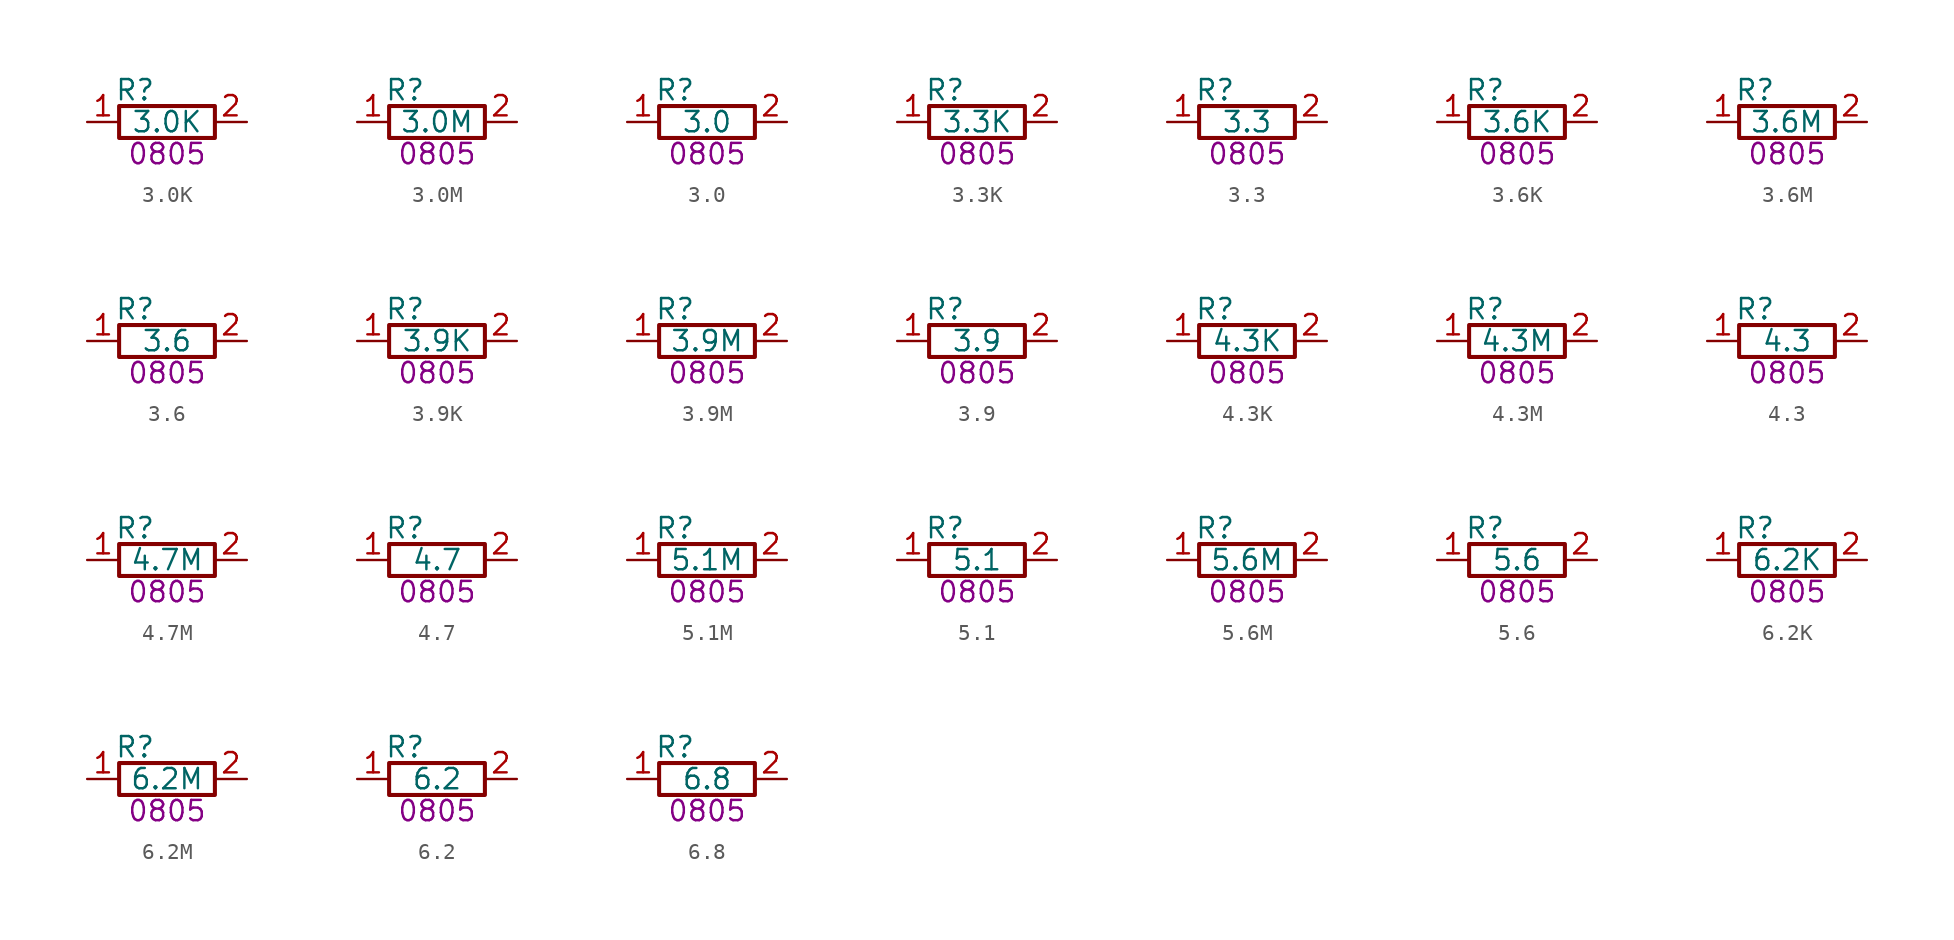
<source format=kicad_sym>
(kicad_symbol_lib
  (version 20211014)
  (generator kicad_symbol_editor)
  (symbol "3.0K"
    (property "Reference" "R"
      (at -2 1 0)
      (effects (font (size 1.27 1.27))))
    (property "Value" "3.0K"
      (at 0 -1 0)
      (effects (font (size 1.27 1.27))))
    (property "Size" "0805"
      (at 0 -3 0)
      (effects (font (size 1.27 1.27))))
    (symbol "3.0K_0_1"
      (rectangle (start -3 0) (end 3 -2) (stroke (width 0.254) (type default) (color 0 0 0 0)) (fill (type none))))
    (symbol "3.0K_1_1"
      (pin passive line (at -5 -1 0) (length 2) (name "~" (effects (font (size 1.27 1.27)))) (number "1" (effects (font (size 1.27 1.27)))))
      (pin passive line (at 5 -1 180) (length 2) (name "~" (effects (font (size 1.27 1.27)))) (number "2" (effects (font (size 1.27 1.27)))))))
  (symbol "3.0M"
    (property "Reference" "R"
      (at -2 1 0)
      (effects (font (size 1.27 1.27))))
    (property "Value" "3.0M"
      (at 0 -1 0)
      (effects (font (size 1.27 1.27))))
    (property "Size" "0805"
      (at 0 -3 0)
      (effects (font (size 1.27 1.27))))
    (symbol "3.0M_0_1"
      (rectangle (start -3 0) (end 3 -2) (stroke (width 0.254) (type default) (color 0 0 0 0)) (fill (type none))))
    (symbol "3.0M_1_1"
      (pin passive line (at -5 -1 0) (length 2) (name "~" (effects (font (size 1.27 1.27)))) (number "1" (effects (font (size 1.27 1.27)))))
      (pin passive line (at 5 -1 180) (length 2) (name "~" (effects (font (size 1.27 1.27)))) (number "2" (effects (font (size 1.27 1.27)))))))
  (symbol "3.0"
    (property "Reference" "R"
      (at -2 1 0)
      (effects (font (size 1.27 1.27))))
    (property "Value" "3.0"
      (at 0 -1 0)
      (effects (font (size 1.27 1.27))))
    (property "Size" "0805"
      (at 0 -3 0)
      (effects (font (size 1.27 1.27))))
    (symbol "3.0_0_1"
      (rectangle (start -3 0) (end 3 -2) (stroke (width 0.254) (type default) (color 0 0 0 0)) (fill (type none))))
    (symbol "3.0_1_1"
      (pin passive line (at -5 -1 0) (length 2) (name "~" (effects (font (size 1.27 1.27)))) (number "1" (effects (font (size 1.27 1.27)))))
      (pin passive line (at 5 -1 180) (length 2) (name "~" (effects (font (size 1.27 1.27)))) (number "2" (effects (font (size 1.27 1.27)))))))
  (symbol "3.3K"
    (property "Reference" "R"
      (at -2 1 0)
      (effects (font (size 1.27 1.27))))
    (property "Value" "3.3K"
      (at 0 -1 0)
      (effects (font (size 1.27 1.27))))
    (property "Size" "0805"
      (at 0 -3 0)
      (effects (font (size 1.27 1.27))))
    (symbol "3.3K_0_1"
      (rectangle (start -3 0) (end 3 -2) (stroke (width 0.254) (type default) (color 0 0 0 0)) (fill (type none))))
    (symbol "3.3K_1_1"
      (pin passive line (at -5 -1 0) (length 2) (name "~" (effects (font (size 1.27 1.27)))) (number "1" (effects (font (size 1.27 1.27)))))
      (pin passive line (at 5 -1 180) (length 2) (name "~" (effects (font (size 1.27 1.27)))) (number "2" (effects (font (size 1.27 1.27)))))))
  (symbol "3.3"
    (property "Reference" "R"
      (at -2 1 0)
      (effects (font (size 1.27 1.27))))
    (property "Value" "3.3"
      (at 0 -1 0)
      (effects (font (size 1.27 1.27))))
    (property "Size" "0805"
      (at 0 -3 0)
      (effects (font (size 1.27 1.27))))
    (symbol "3.3_0_1"
      (rectangle (start -3 0) (end 3 -2) (stroke (width 0.254) (type default) (color 0 0 0 0)) (fill (type none))))
    (symbol "3.3_1_1"
      (pin passive line (at -5 -1 0) (length 2) (name "~" (effects (font (size 1.27 1.27)))) (number "1" (effects (font (size 1.27 1.27)))))
      (pin passive line (at 5 -1 180) (length 2) (name "~" (effects (font (size 1.27 1.27)))) (number "2" (effects (font (size 1.27 1.27)))))))
  (symbol "3.6K"
    (property "Reference" "R"
      (at -2 1 0)
      (effects (font (size 1.27 1.27))))
    (property "Value" "3.6K"
      (at 0 -1 0)
      (effects (font (size 1.27 1.27))))
    (property "Size" "0805"
      (at 0 -3 0)
      (effects (font (size 1.27 1.27))))
    (symbol "3.6K_0_1"
      (rectangle (start -3 0) (end 3 -2) (stroke (width 0.254) (type default) (color 0 0 0 0)) (fill (type none))))
    (symbol "3.6K_1_1"
      (pin passive line (at -5 -1 0) (length 2) (name "~" (effects (font (size 1.27 1.27)))) (number "1" (effects (font (size 1.27 1.27)))))
      (pin passive line (at 5 -1 180) (length 2) (name "~" (effects (font (size 1.27 1.27)))) (number "2" (effects (font (size 1.27 1.27)))))))
  (symbol "3.6M"
    (property "Reference" "R"
      (at -2 1 0)
      (effects (font (size 1.27 1.27))))
    (property "Value" "3.6M"
      (at 0 -1 0)
      (effects (font (size 1.27 1.27))))
    (property "Size" "0805"
      (at 0 -3 0)
      (effects (font (size 1.27 1.27))))
    (symbol "3.6M_0_1"
      (rectangle (start -3 0) (end 3 -2) (stroke (width 0.254) (type default) (color 0 0 0 0)) (fill (type none))))
    (symbol "3.6M_1_1"
      (pin passive line (at -5 -1 0) (length 2) (name "~" (effects (font (size 1.27 1.27)))) (number "1" (effects (font (size 1.27 1.27)))))
      (pin passive line (at 5 -1 180) (length 2) (name "~" (effects (font (size 1.27 1.27)))) (number "2" (effects (font (size 1.27 1.27)))))))
  (symbol "3.6"
    (property "Reference" "R"
      (at -2 1 0)
      (effects (font (size 1.27 1.27))))
    (property "Value" "3.6"
      (at 0 -1 0)
      (effects (font (size 1.27 1.27))))
    (property "Size" "0805"
      (at 0 -3 0)
      (effects (font (size 1.27 1.27))))
    (symbol "3.6_0_1"
      (rectangle (start -3 0) (end 3 -2) (stroke (width 0.254) (type default) (color 0 0 0 0)) (fill (type none))))
    (symbol "3.6_1_1"
      (pin passive line (at -5 -1 0) (length 2) (name "~" (effects (font (size 1.27 1.27)))) (number "1" (effects (font (size 1.27 1.27)))))
      (pin passive line (at 5 -1 180) (length 2) (name "~" (effects (font (size 1.27 1.27)))) (number "2" (effects (font (size 1.27 1.27)))))))
  (symbol "3.9K"
    (property "Reference" "R"
      (at -2 1 0)
      (effects (font (size 1.27 1.27))))
    (property "Value" "3.9K"
      (at 0 -1 0)
      (effects (font (size 1.27 1.27))))
    (property "Size" "0805"
      (at 0 -3 0)
      (effects (font (size 1.27 1.27))))
    (symbol "3.9K_0_1"
      (rectangle (start -3 0) (end 3 -2) (stroke (width 0.254) (type default) (color 0 0 0 0)) (fill (type none))))
    (symbol "3.9K_1_1"
      (pin passive line (at -5 -1 0) (length 2) (name "~" (effects (font (size 1.27 1.27)))) (number "1" (effects (font (size 1.27 1.27)))))
      (pin passive line (at 5 -1 180) (length 2) (name "~" (effects (font (size 1.27 1.27)))) (number "2" (effects (font (size 1.27 1.27)))))))
  (symbol "3.9M"
    (property "Reference" "R"
      (at -2 1 0)
      (effects (font (size 1.27 1.27))))
    (property "Value" "3.9M"
      (at 0 -1 0)
      (effects (font (size 1.27 1.27))))
    (property "Size" "0805"
      (at 0 -3 0)
      (effects (font (size 1.27 1.27))))
    (symbol "3.9M_0_1"
      (rectangle (start -3 0) (end 3 -2) (stroke (width 0.254) (type default) (color 0 0 0 0)) (fill (type none))))
    (symbol "3.9M_1_1"
      (pin passive line (at -5 -1 0) (length 2) (name "~" (effects (font (size 1.27 1.27)))) (number "1" (effects (font (size 1.27 1.27)))))
      (pin passive line (at 5 -1 180) (length 2) (name "~" (effects (font (size 1.27 1.27)))) (number "2" (effects (font (size 1.27 1.27)))))))
  (symbol "3.9"
    (property "Reference" "R"
      (at -2 1 0)
      (effects (font (size 1.27 1.27))))
    (property "Value" "3.9"
      (at 0 -1 0)
      (effects (font (size 1.27 1.27))))
    (property "Size" "0805"
      (at 0 -3 0)
      (effects (font (size 1.27 1.27))))
    (symbol "3.9_0_1"
      (rectangle (start -3 0) (end 3 -2) (stroke (width 0.254) (type default) (color 0 0 0 0)) (fill (type none))))
    (symbol "3.9_1_1"
      (pin passive line (at -5 -1 0) (length 2) (name "~" (effects (font (size 1.27 1.27)))) (number "1" (effects (font (size 1.27 1.27)))))
      (pin passive line (at 5 -1 180) (length 2) (name "~" (effects (font (size 1.27 1.27)))) (number "2" (effects (font (size 1.27 1.27)))))))
  (symbol "4.3K"
    (property "Reference" "R"
      (at -2 1 0)
      (effects (font (size 1.27 1.27))))
    (property "Value" "4.3K"
      (at 0 -1 0)
      (effects (font (size 1.27 1.27))))
    (property "Size" "0805"
      (at 0 -3 0)
      (effects (font (size 1.27 1.27))))
    (symbol "4.3K_0_1"
      (rectangle (start -3 0) (end 3 -2) (stroke (width 0.254) (type default) (color 0 0 0 0)) (fill (type none))))
    (symbol "4.3K_1_1"
      (pin passive line (at -5 -1 0) (length 2) (name "~" (effects (font (size 1.27 1.27)))) (number "1" (effects (font (size 1.27 1.27)))))
      (pin passive line (at 5 -1 180) (length 2) (name "~" (effects (font (size 1.27 1.27)))) (number "2" (effects (font (size 1.27 1.27)))))))
  (symbol "4.3M"
    (property "Reference" "R"
      (at -2 1 0)
      (effects (font (size 1.27 1.27))))
    (property "Value" "4.3M"
      (at 0 -1 0)
      (effects (font (size 1.27 1.27))))
    (property "Size" "0805"
      (at 0 -3 0)
      (effects (font (size 1.27 1.27))))
    (symbol "4.3M_0_1"
      (rectangle (start -3 0) (end 3 -2) (stroke (width 0.254) (type default) (color 0 0 0 0)) (fill (type none))))
    (symbol "4.3M_1_1"
      (pin passive line (at -5 -1 0) (length 2) (name "~" (effects (font (size 1.27 1.27)))) (number "1" (effects (font (size 1.27 1.27)))))
      (pin passive line (at 5 -1 180) (length 2) (name "~" (effects (font (size 1.27 1.27)))) (number "2" (effects (font (size 1.27 1.27)))))))
  (symbol "4.3"
    (property "Reference" "R"
      (at -2 1 0)
      (effects (font (size 1.27 1.27))))
    (property "Value" "4.3"
      (at 0 -1 0)
      (effects (font (size 1.27 1.27))))
    (property "Size" "0805"
      (at 0 -3 0)
      (effects (font (size 1.27 1.27))))
    (symbol "4.3_0_1"
      (rectangle (start -3 0) (end 3 -2) (stroke (width 0.254) (type default) (color 0 0 0 0)) (fill (type none))))
    (symbol "4.3_1_1"
      (pin passive line (at -5 -1 0) (length 2) (name "~" (effects (font (size 1.27 1.27)))) (number "1" (effects (font (size 1.27 1.27)))))
      (pin passive line (at 5 -1 180) (length 2) (name "~" (effects (font (size 1.27 1.27)))) (number "2" (effects (font (size 1.27 1.27)))))))
  (symbol "4.7M"
    (property "Reference" "R"
      (at -2 1 0)
      (effects (font (size 1.27 1.27))))
    (property "Value" "4.7M"
      (at 0 -1 0)
      (effects (font (size 1.27 1.27))))
    (property "Size" "0805"
      (at 0 -3 0)
      (effects (font (size 1.27 1.27))))
    (symbol "4.7M_0_1"
      (rectangle (start -3 0) (end 3 -2) (stroke (width 0.254) (type default) (color 0 0 0 0)) (fill (type none))))
    (symbol "4.7M_1_1"
      (pin passive line (at -5 -1 0) (length 2) (name "~" (effects (font (size 1.27 1.27)))) (number "1" (effects (font (size 1.27 1.27)))))
      (pin passive line (at 5 -1 180) (length 2) (name "~" (effects (font (size 1.27 1.27)))) (number "2" (effects (font (size 1.27 1.27)))))))
  (symbol "4.7"
    (property "Reference" "R"
      (at -2 1 0)
      (effects (font (size 1.27 1.27))))
    (property "Value" "4.7"
      (at 0 -1 0)
      (effects (font (size 1.27 1.27))))
    (property "Size" "0805"
      (at 0 -3 0)
      (effects (font (size 1.27 1.27))))
    (symbol "4.7_0_1"
      (rectangle (start -3 0) (end 3 -2) (stroke (width 0.254) (type default) (color 0 0 0 0)) (fill (type none))))
    (symbol "4.7_1_1"
      (pin passive line (at -5 -1 0) (length 2) (name "~" (effects (font (size 1.27 1.27)))) (number "1" (effects (font (size 1.27 1.27)))))
      (pin passive line (at 5 -1 180) (length 2) (name "~" (effects (font (size 1.27 1.27)))) (number "2" (effects (font (size 1.27 1.27)))))))
  (symbol "5.1M"
    (property "Reference" "R"
      (at -2 1 0)
      (effects (font (size 1.27 1.27))))
    (property "Value" "5.1M"
      (at 0 -1 0)
      (effects (font (size 1.27 1.27))))
    (property "Size" "0805"
      (at 0 -3 0)
      (effects (font (size 1.27 1.27))))
    (symbol "5.1M_0_1"
      (rectangle (start -3 0) (end 3 -2) (stroke (width 0.254) (type default) (color 0 0 0 0)) (fill (type none))))
    (symbol "5.1M_1_1"
      (pin passive line (at -5 -1 0) (length 2) (name "~" (effects (font (size 1.27 1.27)))) (number "1" (effects (font (size 1.27 1.27)))))
      (pin passive line (at 5 -1 180) (length 2) (name "~" (effects (font (size 1.27 1.27)))) (number "2" (effects (font (size 1.27 1.27)))))))
  (symbol "5.1"
    (property "Reference" "R"
      (at -2 1 0)
      (effects (font (size 1.27 1.27))))
    (property "Value" "5.1"
      (at 0 -1 0)
      (effects (font (size 1.27 1.27))))
    (property "Size" "0805"
      (at 0 -3 0)
      (effects (font (size 1.27 1.27))))
    (symbol "5.1_0_1"
      (rectangle (start -3 0) (end 3 -2) (stroke (width 0.254) (type default) (color 0 0 0 0)) (fill (type none))))
    (symbol "5.1_1_1"
      (pin passive line (at -5 -1 0) (length 2) (name "~" (effects (font (size 1.27 1.27)))) (number "1" (effects (font (size 1.27 1.27)))))
      (pin passive line (at 5 -1 180) (length 2) (name "~" (effects (font (size 1.27 1.27)))) (number "2" (effects (font (size 1.27 1.27)))))))
  (symbol "5.6M"
    (property "Reference" "R"
      (at -2 1 0)
      (effects (font (size 1.27 1.27))))
    (property "Value" "5.6M"
      (at 0 -1 0)
      (effects (font (size 1.27 1.27))))
    (property "Size" "0805"
      (at 0 -3 0)
      (effects (font (size 1.27 1.27))))
    (symbol "5.6M_0_1"
      (rectangle (start -3 0) (end 3 -2) (stroke (width 0.254) (type default) (color 0 0 0 0)) (fill (type none))))
    (symbol "5.6M_1_1"
      (pin passive line (at -5 -1 0) (length 2) (name "~" (effects (font (size 1.27 1.27)))) (number "1" (effects (font (size 1.27 1.27)))))
      (pin passive line (at 5 -1 180) (length 2) (name "~" (effects (font (size 1.27 1.27)))) (number "2" (effects (font (size 1.27 1.27)))))))
  (symbol "5.6"
    (property "Reference" "R"
      (at -2 1 0)
      (effects (font (size 1.27 1.27))))
    (property "Value" "5.6"
      (at 0 -1 0)
      (effects (font (size 1.27 1.27))))
    (property "Size" "0805"
      (at 0 -3 0)
      (effects (font (size 1.27 1.27))))
    (symbol "5.6_0_1"
      (rectangle (start -3 0) (end 3 -2) (stroke (width 0.254) (type default) (color 0 0 0 0)) (fill (type none))))
    (symbol "5.6_1_1"
      (pin passive line (at -5 -1 0) (length 2) (name "~" (effects (font (size 1.27 1.27)))) (number "1" (effects (font (size 1.27 1.27)))))
      (pin passive line (at 5 -1 180) (length 2) (name "~" (effects (font (size 1.27 1.27)))) (number "2" (effects (font (size 1.27 1.27)))))))
  (symbol "6.2K"
    (property "Reference" "R"
      (at -2 1 0)
      (effects (font (size 1.27 1.27))))
    (property "Value" "6.2K"
      (at 0 -1 0)
      (effects (font (size 1.27 1.27))))
    (property "Size" "0805"
      (at 0 -3 0)
      (effects (font (size 1.27 1.27))))
    (symbol "6.2K_0_1"
      (rectangle (start -3 0) (end 3 -2) (stroke (width 0.254) (type default) (color 0 0 0 0)) (fill (type none))))
    (symbol "6.2K_1_1"
      (pin passive line (at -5 -1 0) (length 2) (name "~" (effects (font (size 1.27 1.27)))) (number "1" (effects (font (size 1.27 1.27)))))
      (pin passive line (at 5 -1 180) (length 2) (name "~" (effects (font (size 1.27 1.27)))) (number "2" (effects (font (size 1.27 1.27)))))))
  (symbol "6.2M"
    (property "Reference" "R"
      (at -2 1 0)
      (effects (font (size 1.27 1.27))))
    (property "Value" "6.2M"
      (at 0 -1 0)
      (effects (font (size 1.27 1.27))))
    (property "Size" "0805"
      (at 0 -3 0)
      (effects (font (size 1.27 1.27))))
    (symbol "6.2M_0_1"
      (rectangle (start -3 0) (end 3 -2) (stroke (width 0.254) (type default) (color 0 0 0 0)) (fill (type none))))
    (symbol "6.2M_1_1"
      (pin passive line (at -5 -1 0) (length 2) (name "~" (effects (font (size 1.27 1.27)))) (number "1" (effects (font (size 1.27 1.27)))))
      (pin passive line (at 5 -1 180) (length 2) (name "~" (effects (font (size 1.27 1.27)))) (number "2" (effects (font (size 1.27 1.27)))))))
  (symbol "6.2"
    (property "Reference" "R"
      (at -2 1 0)
      (effects (font (size 1.27 1.27))))
    (property "Value" "6.2"
      (at 0 -1 0)
      (effects (font (size 1.27 1.27))))
    (property "Size" "0805"
      (at 0 -3 0)
      (effects (font (size 1.27 1.27))))
    (symbol "6.2_0_1"
      (rectangle (start -3 0) (end 3 -2) (stroke (width 0.254) (type default) (color 0 0 0 0)) (fill (type none))))
    (symbol "6.2_1_1"
      (pin passive line (at -5 -1 0) (length 2) (name "~" (effects (font (size 1.27 1.27)))) (number "1" (effects (font (size 1.27 1.27)))))
      (pin passive line (at 5 -1 180) (length 2) (name "~" (effects (font (size 1.27 1.27)))) (number "2" (effects (font (size 1.27 1.27)))))))
  (symbol "6.8"
    (property "Reference" "R"
      (at -2 1 0)
      (effects (font (size 1.27 1.27))))
    (property "Value" "6.8"
      (at 0 -1 0)
      (effects (font (size 1.27 1.27))))
    (property "Size" "0805"
      (at 0 -3 0)
      (effects (font (size 1.27 1.27))))
    (symbol "6.8_0_1"
      (rectangle (start -3 0) (end 3 -2) (stroke (width 0.254) (type default) (color 0 0 0 0)) (fill (type none))))
    (symbol "6.8_1_1"
      (pin passive line (at -5 -1 0) (length 2) (name "~" (effects (font (size 1.27 1.27)))) (number "1" (effects (font (size 1.27 1.27)))))
      (pin passive line (at 5 -1 180) (length 2) (name "~" (effects (font (size 1.27 1.27)))) (number "2" (effects (font (size 1.27 1.27))))))))
</source>
